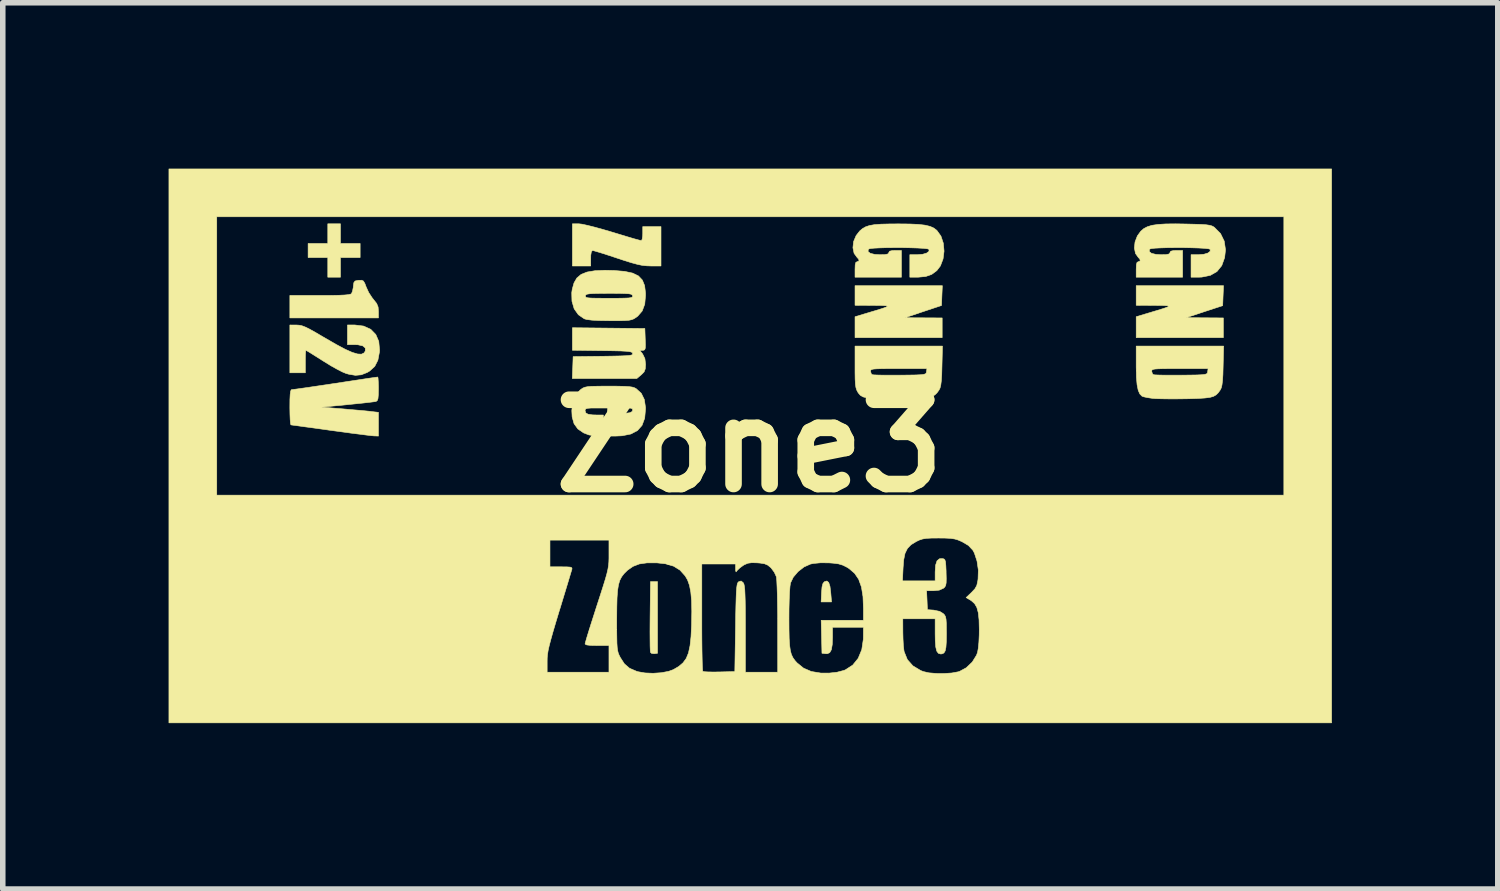
<source format=kicad_pcb>
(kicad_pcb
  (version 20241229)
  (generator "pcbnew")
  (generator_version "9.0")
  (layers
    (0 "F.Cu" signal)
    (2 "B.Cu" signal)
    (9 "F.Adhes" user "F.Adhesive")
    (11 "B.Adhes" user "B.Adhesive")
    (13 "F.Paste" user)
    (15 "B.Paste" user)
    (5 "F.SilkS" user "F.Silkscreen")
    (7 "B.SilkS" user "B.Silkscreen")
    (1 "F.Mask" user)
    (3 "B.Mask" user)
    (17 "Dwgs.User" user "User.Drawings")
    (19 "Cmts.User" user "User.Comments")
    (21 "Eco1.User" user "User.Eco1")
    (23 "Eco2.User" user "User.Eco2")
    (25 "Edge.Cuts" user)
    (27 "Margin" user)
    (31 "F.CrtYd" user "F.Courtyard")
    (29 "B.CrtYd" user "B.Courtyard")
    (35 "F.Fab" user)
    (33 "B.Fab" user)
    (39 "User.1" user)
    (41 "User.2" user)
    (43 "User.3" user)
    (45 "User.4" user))
  (footprint "Zone3"
    (layer "F.Cu")
    (at 10.506 5.014)
    (property "Reference" "Zone3" (at 0 0 0) (layer "F.SilkS") (effects (font (size 1.524 1.524) (thickness 0.3))))
    (attr through_hole)
    (fp_poly (pts (xy 1.431 2.47) (xy 1.454 2.54) (xy 1.468 2.655) (xy 1.482 2.822) (xy 1.294 2.822) (xy 1.302 2.653) (xy 1.31 2.551) (xy 1.326 2.49) (xy 1.352 2.457) (xy 1.353 2.457) (xy 1.398 2.443) (xy 1.431 2.47)) (stroke (width 0.01) (type solid)) (fill yes) (layer "F.SilkS"))
    (fp_poly (pts (xy -7.399 -3.661) (xy -7.043 -3.661) (xy -7.043 -3.407) (xy -7.399 -3.407) (xy -7.399 -3.051) (xy -7.628 -3.051) (xy -7.628 -3.407) (xy -7.984 -3.407) (xy -7.984 -3.661) (xy -7.628 -3.661) (xy -7.628 -4.017) (xy -7.399 -4.017) (xy -7.399 -3.661)) (stroke (width 0.01) (type solid)) (fill yes) (layer "F.SilkS"))
    (fp_poly (pts (xy -1.665 3.75) (xy -1.723 3.758) (xy -1.773 3.752) (xy -1.793 3.732) (xy -1.796 3.698) (xy -1.799 3.621) (xy -1.8 3.507) (xy -1.801 3.365) (xy -1.8 3.202) (xy -1.799 3.076) (xy -1.792 2.454) (xy -1.665 2.454) (xy -1.665 3.75)) (stroke (width 0.01) (type solid)) (fill yes) (layer "F.SilkS"))
    (fp_poly (pts (xy 8.563 -2.717) (xy 8.556 -2.536) (xy 8.225 -2.428) (xy 7.895 -2.319) (xy 8.568 -2.314) (xy 8.568 -1.958) (xy 6.992 -1.958) (xy 6.992 -2.336) (xy 7.214 -2.403) (xy 7.375 -2.451) (xy 7.488 -2.486) (xy 7.556 -2.51) (xy 7.579 -2.526) (xy 7.56 -2.534) (xy 7.5 -2.539) (xy 7.4 -2.54) (xy 7.316 -2.541) (xy 6.992 -2.543) (xy 6.992 -2.898) (xy 8.571 -2.898) (xy 8.563 -2.717)) (stroke (width 0.01) (type solid)) (fill yes) (layer "F.SilkS"))
    (fp_poly (pts (xy 3.478 -2.719) (xy 3.471 -2.539) (xy 3.14 -2.429) (xy 2.81 -2.318) (xy 3.146 -2.316) (xy 3.483 -2.314) (xy 3.483 -1.958) (xy 1.907 -1.958) (xy 1.907 -2.336) (xy 2.129 -2.403) (xy 2.29 -2.451) (xy 2.403 -2.486) (xy 2.47 -2.51) (xy 2.494 -2.526) (xy 2.475 -2.534) (xy 2.415 -2.539) (xy 2.315 -2.54) (xy 2.231 -2.541) (xy 1.907 -2.543) (xy 1.907 -2.898) (xy 3.486 -2.898) (xy 3.478 -2.719)) (stroke (width 0.01) (type solid)) (fill yes) (layer "F.SilkS"))
    (fp_poly (pts (xy -6.984 -2.982) (xy -6.959 -2.941) (xy -6.933 -2.872) (xy -6.888 -2.774) (xy -6.826 -2.679) (xy -6.8 -2.646) (xy -6.744 -2.575) (xy -6.718 -2.511) (xy -6.712 -2.431) (xy -6.712 -2.314) (xy -8.314 -2.314) (xy -8.314 -2.721) (xy -7.771 -2.721) (xy -7.576 -2.721) (xy -7.428 -2.724) (xy -7.321 -2.729) (xy -7.25 -2.736) (xy -7.211 -2.746) (xy -7.2 -2.753) (xy -7.181 -2.798) (xy -7.167 -2.868) (xy -7.166 -2.886) (xy -7.157 -2.952) (xy -7.135 -2.982) (xy -7.086 -2.993) (xy -7.068 -2.995) (xy -7.016 -2.996) (xy -6.984 -2.982)) (stroke (width 0.01) (type solid)) (fill yes) (layer "F.SilkS"))
    (fp_poly (pts (xy -3.031 -4.01) (xy -2.93 -3.988) (xy -2.798 -3.955) (xy -2.643 -3.912) (xy -2.483 -3.865) (xy -2.331 -3.819) (xy -2.196 -3.778) (xy -2.084 -3.745) (xy -2.003 -3.723) (xy -1.962 -3.713) (xy -1.959 -3.712) (xy -1.943 -3.735) (xy -1.934 -3.794) (xy -1.932 -3.839) (xy -1.932 -3.966) (xy -1.602 -3.966) (xy -1.602 -3.254) (xy -1.787 -3.254) (xy -1.865 -3.257) (xy -1.941 -3.265) (xy -2.027 -3.283) (xy -2.131 -3.311) (xy -2.266 -3.353) (xy -2.39 -3.394) (xy -2.529 -3.44) (xy -2.652 -3.48) (xy -2.751 -3.51) (xy -2.817 -3.529) (xy -2.84 -3.534) (xy -2.861 -3.514) (xy -2.872 -3.449) (xy -2.873 -3.394) (xy -2.873 -3.254) (xy -3.204 -3.254) (xy -3.204 -4.017) (xy -3.092 -4.017) (xy -3.031 -4.01)) (stroke (width 0.01) (type solid)) (fill yes) (layer "F.SilkS"))
    (fp_poly (pts (xy -2.549 -2.13) (xy -1.894 -2.123) (xy -1.887 -1.926) (xy -1.884 -1.827) (xy -1.886 -1.768) (xy -1.897 -1.739) (xy -1.917 -1.73) (xy -1.933 -1.729) (xy -1.987 -1.729) (xy -1.934 -1.662) (xy -1.893 -1.578) (xy -1.881 -1.474) (xy -1.887 -1.392) (xy -1.908 -1.338) (xy -1.956 -1.289) (xy -1.96 -1.286) (xy -2.038 -1.22) (xy -3.206 -1.22) (xy -3.198 -1.417) (xy -3.191 -1.615) (xy -2.649 -1.621) (xy -2.469 -1.624) (xy -2.334 -1.627) (xy -2.238 -1.631) (xy -2.174 -1.636) (xy -2.136 -1.643) (xy -2.118 -1.654) (xy -2.115 -1.667) (xy -2.115 -1.672) (xy -2.122 -1.687) (xy -2.141 -1.698) (xy -2.177 -1.706) (xy -2.238 -1.712) (xy -2.329 -1.717) (xy -2.457 -1.72) (xy -2.629 -1.723) (xy -2.664 -1.723) (xy -3.204 -1.73) (xy -3.204 -2.137) (xy -2.549 -2.13)) (stroke (width 0.01) (type solid)) (fill yes) (layer "F.SilkS"))
    (fp_poly (pts (xy -6.98 -2.167) (xy -6.852 -2.109) (xy -6.76 -2.015) (xy -6.706 -1.89) (xy -6.692 -1.734) (xy -6.694 -1.699) (xy -6.722 -1.55) (xy -6.779 -1.438) (xy -6.87 -1.355) (xy -6.915 -1.328) (xy -7.022 -1.286) (xy -7.127 -1.276) (xy -7.247 -1.296) (xy -7.3 -1.311) (xy -7.365 -1.338) (xy -7.46 -1.387) (xy -7.574 -1.451) (xy -7.694 -1.525) (xy -7.715 -1.538) (xy -7.824 -1.607) (xy -7.916 -1.665) (xy -7.984 -1.707) (xy -8.021 -1.727) (xy -8.024 -1.729) (xy -8.029 -1.706) (xy -8.033 -1.643) (xy -8.034 -1.554) (xy -8.034 -1.526) (xy -8.034 -1.322) (xy -8.314 -1.322) (xy -8.314 -2.187) (xy -8.193 -2.186) (xy -8.145 -2.183) (xy -8.096 -2.173) (xy -8.038 -2.151) (xy -7.963 -2.115) (xy -7.864 -2.06) (xy -7.733 -1.983) (xy -7.674 -1.949) (xy -7.475 -1.834) (xy -7.314 -1.748) (xy -7.186 -1.691) (xy -7.088 -1.662) (xy -7.018 -1.659) (xy -6.972 -1.682) (xy -6.95 -1.716) (xy -6.95 -1.771) (xy -6.995 -1.809) (xy -7.083 -1.829) (xy -7.135 -1.831) (xy -7.272 -1.831) (xy -7.272 -2.187) (xy -7.14 -2.187) (xy -6.98 -2.167)) (stroke (width 0.01) (type solid)) (fill yes) (layer "F.SilkS"))
    (fp_poly (pts (xy 8.564 -1.442) (xy 8.56 -1.289) (xy 8.553 -1.179) (xy 8.543 -1.101) (xy 8.53 -1.048) (xy 8.511 -1.01) (xy 8.511 -1.01) (xy 8.475 -0.96) (xy 8.437 -0.923) (xy 8.39 -0.896) (xy 8.324 -0.877) (xy 8.233 -0.866) (xy 8.109 -0.858) (xy 7.944 -0.853) (xy 7.89 -0.852) (xy 7.731 -0.85) (xy 7.577 -0.85) (xy 7.441 -0.852) (xy 7.335 -0.856) (xy 7.284 -0.86) (xy 7.197 -0.873) (xy 7.127 -0.888) (xy 7.097 -0.899) (xy 7.057 -0.94) (xy 7.028 -1.006) (xy 7.008 -1.105) (xy 6.996 -1.241) (xy 6.994 -1.35) (xy 7.272 -1.35) (xy 7.286 -1.303) (xy 7.303 -1.288) (xy 7.338 -1.284) (xy 7.415 -1.281) (xy 7.525 -1.279) (xy 7.66 -1.279) (xy 7.806 -1.279) (xy 7.971 -1.281) (xy 8.092 -1.283) (xy 8.176 -1.287) (xy 8.231 -1.293) (xy 8.262 -1.302) (xy 8.277 -1.315) (xy 8.283 -1.333) (xy 8.284 -1.341) (xy 8.292 -1.398) (xy 7.782 -1.398) (xy 7.609 -1.398) (xy 7.48 -1.397) (xy 7.389 -1.394) (xy 7.329 -1.39) (xy 7.294 -1.382) (xy 7.277 -1.371) (xy 7.272 -1.356) (xy 7.272 -1.35) (xy 6.994 -1.35) (xy 6.992 -1.421) (xy 6.992 -1.448) (xy 6.992 -1.805) (xy 8.573 -1.805) (xy 8.564 -1.442)) (stroke (width 0.01) (type solid)) (fill yes) (layer "F.SilkS"))
    (fp_poly (pts (xy 3.479 -1.442) (xy 3.475 -1.289) (xy 3.468 -1.179) (xy 3.458 -1.101) (xy 3.445 -1.048) (xy 3.426 -1.01) (xy 3.426 -1.01) (xy 3.39 -0.96) (xy 3.352 -0.923) (xy 3.305 -0.896) (xy 3.239 -0.878) (xy 3.148 -0.866) (xy 3.024 -0.858) (xy 2.859 -0.854) (xy 2.805 -0.853) (xy 2.649 -0.851) (xy 2.503 -0.85) (xy 2.377 -0.85) (xy 2.282 -0.852) (xy 2.237 -0.855) (xy 2.126 -0.868) (xy 2.053 -0.886) (xy 2.004 -0.914) (xy 1.966 -0.958) (xy 1.957 -0.973) (xy 1.937 -1.011) (xy 1.923 -1.057) (xy 1.914 -1.118) (xy 1.909 -1.205) (xy 1.907 -1.327) (xy 1.907 -1.35) (xy 2.187 -1.35) (xy 2.201 -1.303) (xy 2.218 -1.288) (xy 2.253 -1.284) (xy 2.33 -1.281) (xy 2.44 -1.279) (xy 2.575 -1.279) (xy 2.721 -1.279) (xy 2.886 -1.281) (xy 3.007 -1.283) (xy 3.091 -1.287) (xy 3.146 -1.293) (xy 3.177 -1.302) (xy 3.192 -1.315) (xy 3.198 -1.333) (xy 3.199 -1.341) (xy 3.207 -1.398) (xy 2.697 -1.398) (xy 2.524 -1.398) (xy 2.395 -1.397) (xy 2.304 -1.394) (xy 2.244 -1.39) (xy 2.209 -1.382) (xy 2.192 -1.371) (xy 2.187 -1.356) (xy 2.187 -1.35) (xy 1.907 -1.35) (xy 1.907 -1.43) (xy 1.907 -1.805) (xy 3.488 -1.805) (xy 3.479 -1.442)) (stroke (width 0.01) (type solid)) (fill yes) (layer "F.SilkS"))
    (fp_poly (pts (xy -6.719 -1.222) (xy -6.715 -1.16) (xy -6.712 -1.07) (xy -6.712 -1.031) (xy -6.714 -0.924) (xy -6.72 -0.858) (xy -6.732 -0.822) (xy -6.752 -0.806) (xy -6.757 -0.804) (xy -6.795 -0.798) (xy -6.876 -0.788) (xy -6.989 -0.775) (xy -7.126 -0.761) (xy -7.272 -0.746) (xy -7.742 -0.701) (xy -7.361 -0.67) (xy -7.214 -0.657) (xy -7.074 -0.645) (xy -6.953 -0.634) (xy -6.865 -0.625) (xy -6.846 -0.622) (xy -6.712 -0.607) (xy -6.712 -0.178) (xy -6.795 -0.181) (xy -6.841 -0.185) (xy -6.931 -0.196) (xy -7.056 -0.212) (xy -7.209 -0.231) (xy -7.382 -0.255) (xy -7.569 -0.28) (xy -7.577 -0.281) (xy -7.76 -0.307) (xy -7.926 -0.33) (xy -8.07 -0.349) (xy -8.183 -0.365) (xy -8.26 -0.375) (xy -8.294 -0.38) (xy -8.295 -0.38) (xy -8.302 -0.404) (xy -8.308 -0.47) (xy -8.312 -0.567) (xy -8.314 -0.686) (xy -8.314 -0.699) (xy -8.313 -0.839) (xy -8.308 -0.934) (xy -8.3 -0.99) (xy -8.288 -1.015) (xy -8.281 -1.017) (xy -8.249 -1.021) (xy -8.173 -1.031) (xy -8.059 -1.047) (xy -7.915 -1.068) (xy -7.746 -1.093) (xy -7.559 -1.121) (xy -7.492 -1.131) (xy -7.302 -1.16) (xy -7.129 -1.186) (xy -6.979 -1.209) (xy -6.858 -1.227) (xy -6.772 -1.239) (xy -6.728 -1.245) (xy -6.724 -1.246) (xy -6.719 -1.222)) (stroke (width 0.01) (type solid)) (fill yes) (layer "F.SilkS"))
    (fp_poly (pts (xy -2.449 -3.172) (xy -2.26 -3.156) (xy -2.115 -3.125) (xy -2.01 -3.074) (xy -1.939 -2.999) (xy -1.898 -2.898) (xy -1.882 -2.764) (xy -1.882 -2.721) (xy -1.896 -2.563) (xy -1.942 -2.44) (xy -2.022 -2.347) (xy -2.057 -2.321) (xy -2.094 -2.298) (xy -2.132 -2.283) (xy -2.182 -2.272) (xy -2.253 -2.267) (xy -2.353 -2.264) (xy -2.494 -2.264) (xy -2.527 -2.264) (xy -2.713 -2.267) (xy -2.852 -2.274) (xy -2.946 -2.286) (xy -2.99 -2.299) (xy -3.096 -2.372) (xy -3.172 -2.479) (xy -3.212 -2.615) (xy -3.215 -2.714) (xy -2.97 -2.714) (xy -2.97 -2.698) (xy -2.956 -2.686) (xy -2.924 -2.678) (xy -2.865 -2.673) (xy -2.773 -2.671) (xy -2.641 -2.67) (xy -2.543 -2.67) (xy -2.384 -2.67) (xy -2.269 -2.672) (xy -2.192 -2.675) (xy -2.145 -2.681) (xy -2.121 -2.691) (xy -2.114 -2.704) (xy -2.115 -2.714) (xy -2.123 -2.731) (xy -2.142 -2.743) (xy -2.181 -2.751) (xy -2.247 -2.755) (xy -2.347 -2.758) (xy -2.489 -2.759) (xy -2.543 -2.759) (xy -2.698 -2.758) (xy -2.81 -2.756) (xy -2.886 -2.752) (xy -2.933 -2.745) (xy -2.958 -2.735) (xy -2.969 -2.72) (xy -2.97 -2.714) (xy -3.215 -2.714) (xy -3.216 -2.772) (xy -3.207 -2.834) (xy -3.175 -2.948) (xy -3.124 -3.036) (xy -3.047 -3.101) (xy -2.94 -3.144) (xy -2.797 -3.168) (xy -2.615 -3.176) (xy -2.449 -3.172)) (stroke (width 0.01) (type solid)) (fill yes) (layer "F.SilkS"))
    (fp_poly (pts (xy -2.385 -1.08) (xy -2.266 -1.077) (xy -2.181 -1.072) (xy -2.123 -1.064) (xy -2.081 -1.051) (xy -2.051 -1.035) (xy -1.958 -0.95) (xy -1.903 -0.838) (xy -1.882 -0.693) (xy -1.882 -0.667) (xy -1.897 -0.501) (xy -1.945 -0.371) (xy -2.028 -0.277) (xy -2.147 -0.215) (xy -2.306 -0.183) (xy -2.422 -0.178) (xy -2.568 -0.178) (xy -2.568 -0.634) (xy -2.365 -0.634) (xy -2.359 -0.603) (xy -2.333 -0.589) (xy -2.274 -0.588) (xy -2.244 -0.59) (xy -2.165 -0.6) (xy -2.125 -0.621) (xy -2.115 -0.642) (xy -2.118 -0.669) (xy -2.146 -0.682) (xy -2.21 -0.686) (xy -2.236 -0.686) (xy -2.312 -0.684) (xy -2.351 -0.673) (xy -2.364 -0.649) (xy -2.365 -0.634) (xy -2.568 -0.634) (xy -2.568 -0.686) (xy -2.771 -0.686) (xy -2.873 -0.685) (xy -2.934 -0.68) (xy -2.964 -0.669) (xy -2.974 -0.649) (xy -2.975 -0.638) (xy -2.963 -0.597) (xy -2.921 -0.573) (xy -2.842 -0.561) (xy -2.769 -0.559) (xy -2.644 -0.559) (xy -2.644 -0.178) (xy -2.766 -0.178) (xy -2.905 -0.198) (xy -3.001 -0.235) (xy -3.106 -0.307) (xy -3.174 -0.401) (xy -3.209 -0.523) (xy -3.215 -0.637) (xy -3.199 -0.791) (xy -3.151 -0.912) (xy -3.067 -1.008) (xy -3.043 -1.027) (xy -3.013 -1.047) (xy -2.978 -1.061) (xy -2.93 -1.071) (xy -2.861 -1.077) (xy -2.763 -1.079) (xy -2.625 -1.081) (xy -2.546 -1.081) (xy -2.385 -1.08)) (stroke (width 0.01) (type solid)) (fill yes) (layer "F.SilkS"))
    (fp_poly (pts (xy 7.885 -4.013) (xy 8.049 -4.009) (xy 8.171 -4.005) (xy 8.258 -3.999) (xy 8.319 -3.99) (xy 8.361 -3.978) (xy 8.392 -3.962) (xy 8.406 -3.952) (xy 8.517 -3.84) (xy 8.584 -3.703) (xy 8.607 -3.546) (xy 8.591 -3.405) (xy 8.539 -3.26) (xy 8.452 -3.153) (xy 8.332 -3.084) (xy 8.178 -3.053) (xy 8.124 -3.051) (xy 7.984 -3.051) (xy 7.984 -3.458) (xy 8.119 -3.458) (xy 8.216 -3.466) (xy 8.289 -3.488) (xy 8.33 -3.52) (xy 8.329 -3.556) (xy 8.299 -3.565) (xy 8.227 -3.573) (xy 8.122 -3.579) (xy 7.995 -3.583) (xy 7.854 -3.586) (xy 7.708 -3.586) (xy 7.567 -3.585) (xy 7.439 -3.581) (xy 7.335 -3.576) (xy 7.263 -3.568) (xy 7.233 -3.558) (xy 7.228 -3.515) (xy 7.268 -3.483) (xy 7.35 -3.463) (xy 7.44 -3.458) (xy 7.532 -3.46) (xy 7.582 -3.47) (xy 7.601 -3.488) (xy 7.602 -3.496) (xy 7.617 -3.521) (xy 7.668 -3.533) (xy 7.717 -3.534) (xy 7.831 -3.534) (xy 7.831 -3.051) (xy 6.992 -3.051) (xy 6.992 -3.191) (xy 6.995 -3.275) (xy 7.007 -3.319) (xy 7.03 -3.331) (xy 7.064 -3.344) (xy 7.058 -3.378) (xy 7.031 -3.407) (xy 6.979 -3.48) (xy 6.959 -3.579) (xy 6.971 -3.689) (xy 7.013 -3.798) (xy 7.075 -3.883) (xy 7.128 -3.929) (xy 7.193 -3.963) (xy 7.276 -3.989) (xy 7.385 -4.005) (xy 7.526 -4.014) (xy 7.705 -4.016) (xy 7.885 -4.013)) (stroke (width 0.01) (type solid)) (fill yes) (layer "F.SilkS"))
    (fp_poly (pts (xy 2.895 -4.013) (xy 3.052 -4.006) (xy 3.173 -3.992) (xy 3.264 -3.97) (xy 3.333 -3.939) (xy 3.387 -3.897) (xy 3.387 -3.897) (xy 3.461 -3.794) (xy 3.504 -3.665) (xy 3.517 -3.522) (xy 3.499 -3.381) (xy 3.451 -3.255) (xy 3.387 -3.171) (xy 3.294 -3.102) (xy 3.186 -3.064) (xy 3.048 -3.051) (xy 3.037 -3.051) (xy 2.898 -3.051) (xy 2.898 -3.458) (xy 3.033 -3.458) (xy 3.131 -3.466) (xy 3.204 -3.488) (xy 3.245 -3.52) (xy 3.244 -3.556) (xy 3.214 -3.565) (xy 3.142 -3.573) (xy 3.037 -3.579) (xy 2.91 -3.583) (xy 2.769 -3.586) (xy 2.623 -3.586) (xy 2.482 -3.585) (xy 2.354 -3.581) (xy 2.25 -3.576) (xy 2.178 -3.568) (xy 2.148 -3.558) (xy 2.142 -3.515) (xy 2.183 -3.483) (xy 2.264 -3.463) (xy 2.355 -3.458) (xy 2.447 -3.46) (xy 2.497 -3.47) (xy 2.516 -3.488) (xy 2.517 -3.496) (xy 2.532 -3.521) (xy 2.583 -3.533) (xy 2.632 -3.534) (xy 2.746 -3.534) (xy 2.746 -3.051) (xy 1.907 -3.051) (xy 1.907 -3.191) (xy 1.91 -3.275) (xy 1.922 -3.319) (xy 1.945 -3.331) (xy 1.979 -3.344) (xy 1.973 -3.378) (xy 1.946 -3.406) (xy 1.89 -3.483) (xy 1.869 -3.584) (xy 1.881 -3.695) (xy 1.927 -3.804) (xy 1.993 -3.888) (xy 2.043 -3.93) (xy 2.099 -3.962) (xy 2.168 -3.985) (xy 2.258 -4.001) (xy 2.377 -4.01) (xy 2.533 -4.014) (xy 2.695 -4.015) (xy 2.895 -4.013)) (stroke (width 0.01) (type solid)) (fill yes) (layer "F.SilkS"))
    (fp_poly (pts (xy 10.526 5.009) (xy -10.501 5.009) (xy -10.501 3.899) (xy -3.661 3.899) (xy -3.661 4.093) (xy -2.543 4.093) (xy -2.543 3.61) (xy -2.759 3.61) (xy -2.874 3.608) (xy -2.944 3.6) (xy -2.973 3.585) (xy -2.975 3.579) (xy -2.967 3.547) (xy -2.946 3.474) (xy -2.913 3.366) (xy -2.87 3.228) (xy -2.842 3.141) (xy -2.403 3.141) (xy -2.403 3.324) (xy -2.401 3.464) (xy -2.399 3.568) (xy -2.394 3.645) (xy -2.386 3.702) (xy -2.375 3.746) (xy -2.359 3.785) (xy -2.339 3.825) (xy -2.264 3.941) (xy -2.171 4.021) (xy -2.046 4.075) (xy -2.017 4.084) (xy -1.891 4.106) (xy -1.745 4.112) (xy -1.596 4.102) (xy -1.464 4.077) (xy -1.379 4.046) (xy -1.28 3.988) (xy -1.204 3.923) (xy -1.146 3.844) (xy -1.105 3.744) (xy -1.077 3.614) (xy -1.059 3.449) (xy -1.049 3.24) (xy -1.049 3.231) (xy -1.045 2.994) (xy -1.049 2.801) (xy -1.063 2.646) (xy -1.087 2.522) (xy -1.122 2.424) (xy -1.164 2.352) (xy -1.258 2.247) (xy -1.374 2.175) (xy -1.508 2.136) (xy -0.864 2.136) (xy -0.864 3.098) (xy -0.864 3.314) (xy -0.863 3.514) (xy -0.861 3.693) (xy -0.858 3.844) (xy -0.855 3.962) (xy -0.851 4.041) (xy -0.847 4.076) (xy -0.847 4.077) (xy -0.816 4.084) (xy -0.745 4.088) (xy -0.645 4.089) (xy -0.548 4.088) (xy -0.267 4.081) (xy -0.254 3.283) (xy -0.251 3.059) (xy -0.247 2.881) (xy -0.243 2.743) (xy -0.239 2.64) (xy -0.233 2.566) (xy -0.226 2.516) (xy -0.218 2.484) (xy -0.207 2.466) (xy -0.196 2.456) (xy -0.153 2.443) (xy -0.117 2.472) (xy -0.113 2.477) (xy -0.102 2.5) (xy -0.094 2.539) (xy -0.087 2.599) (xy -0.083 2.687) (xy -0.079 2.806) (xy -0.077 2.963) (xy -0.076 3.162) (xy -0.076 3.31) (xy -0.076 4.093) (xy 0.509 4.093) (xy 0.508 3.274) (xy 0.508 3.122) (xy 0.712 3.122) (xy 0.713 3.324) (xy 0.716 3.482) (xy 0.724 3.605) (xy 0.737 3.699) (xy 0.756 3.771) (xy 0.784 3.83) (xy 0.821 3.882) (xy 0.859 3.924) (xy 0.976 4.019) (xy 1.117 4.08) (xy 1.287 4.108) (xy 1.437 4.109) (xy 1.581 4.093) (xy 1.707 4.06) (xy 1.732 4.05) (xy 1.865 3.964) (xy 1.964 3.842) (xy 2.029 3.685) (xy 2.057 3.497) (xy 2.058 3.452) (xy 2.059 3.28) (xy 1.5 3.28) (xy 1.5 3.456) (xy 1.495 3.593) (xy 1.479 3.686) (xy 1.449 3.739) (xy 1.404 3.759) (xy 1.379 3.758) (xy 1.309 3.75) (xy 1.302 3.452) (xy 1.295 3.153) (xy 2.059 3.153) (xy 2.059 2.94) (xy 2.051 2.725) (xy 2.023 2.552) (xy 1.983 2.441) (xy 2.765 2.441) (xy 3.356 2.441) (xy 3.356 2.28) (xy 3.364 2.157) (xy 3.39 2.078) (xy 3.435 2.041) (xy 3.485 2.038) (xy 3.514 2.044) (xy 3.532 2.061) (xy 3.543 2.096) (xy 3.549 2.161) (xy 3.554 2.265) (xy 3.554 2.288) (xy 3.557 2.402) (xy 3.555 2.477) (xy 3.546 2.524) (xy 3.529 2.554) (xy 3.507 2.574) (xy 3.429 2.609) (xy 3.327 2.619) (xy 3.201 2.619) (xy 3.209 2.79) (xy 3.216 2.962) (xy 3.331 2.97) (xy 3.438 2.993) (xy 3.502 3.032) (xy 3.527 3.058) (xy 3.543 3.089) (xy 3.553 3.136) (xy 3.558 3.208) (xy 3.559 3.315) (xy 3.56 3.394) (xy 3.558 3.539) (xy 3.551 3.642) (xy 3.537 3.708) (xy 3.514 3.745) (xy 3.48 3.761) (xy 3.454 3.763) (xy 3.414 3.751) (xy 3.385 3.711) (xy 3.367 3.637) (xy 3.358 3.523) (xy 3.356 3.396) (xy 3.356 3.127) (xy 2.771 3.127) (xy 2.772 3.375) (xy 2.775 3.495) (xy 2.781 3.608) (xy 2.791 3.696) (xy 2.796 3.723) (xy 2.853 3.864) (xy 2.953 3.977) (xy 3.094 4.062) (xy 3.142 4.081) (xy 3.242 4.104) (xy 3.373 4.115) (xy 3.517 4.116) (xy 3.656 4.107) (xy 3.77 4.086) (xy 3.795 4.079) (xy 3.919 4.012) (xy 4.027 3.909) (xy 4.104 3.785) (xy 4.123 3.733) (xy 4.136 3.66) (xy 4.147 3.551) (xy 4.153 3.42) (xy 4.154 3.318) (xy 4.15 3.147) (xy 4.136 3.017) (xy 4.11 2.922) (xy 4.07 2.853) (xy 4.012 2.801) (xy 3.992 2.788) (xy 3.916 2.743) (xy 4.015 2.649) (xy 4.075 2.585) (xy 4.109 2.524) (xy 4.127 2.442) (xy 4.132 2.407) (xy 4.137 2.245) (xy 4.113 2.082) (xy 4.066 1.939) (xy 4.039 1.888) (xy 3.958 1.801) (xy 3.841 1.732) (xy 3.771 1.702) (xy 3.706 1.683) (xy 3.631 1.672) (xy 3.533 1.667) (xy 3.419 1.666) (xy 3.29 1.667) (xy 3.199 1.672) (xy 3.131 1.683) (xy 3.072 1.702) (xy 3.013 1.73) (xy 2.919 1.788) (xy 2.854 1.856) (xy 2.811 1.944) (xy 2.787 2.062) (xy 2.776 2.205) (xy 2.765 2.441) (xy 1.983 2.441) (xy 1.974 2.414) (xy 1.9 2.305) (xy 1.8 2.219) (xy 1.764 2.196) (xy 1.689 2.158) (xy 1.611 2.134) (xy 1.514 2.121) (xy 1.432 2.115) (xy 1.282 2.114) (xy 1.155 2.126) (xy 1.101 2.137) (xy 0.985 2.189) (xy 0.877 2.273) (xy 0.79 2.375) (xy 0.74 2.479) (xy 0.731 2.539) (xy 0.723 2.641) (xy 0.717 2.778) (xy 0.713 2.942) (xy 0.712 3.122) (xy 0.508 3.122) (xy 0.508 3.063) (xy 0.505 2.868) (xy 0.502 2.695) (xy 0.497 2.552) (xy 0.492 2.443) (xy 0.486 2.377) (xy 0.483 2.363) (xy 0.447 2.285) (xy 0.391 2.209) (xy 0.381 2.199) (xy 0.328 2.156) (xy 0.271 2.132) (xy 0.19 2.119) (xy 0.141 2.115) (xy 0.04 2.112) (xy -0.031 2.122) (xy -0.092 2.148) (xy -0.113 2.16) (xy -0.176 2.206) (xy -0.222 2.25) (xy -0.228 2.258) (xy -0.245 2.278) (xy -0.252 2.256) (xy -0.253 2.218) (xy -0.254 2.136) (xy -0.864 2.136) (xy -1.508 2.136) (xy -1.521 2.132) (xy -1.678 2.115) (xy -1.854 2.115) (xy -1.994 2.135) (xy -2.108 2.179) (xy -2.207 2.248) (xy -2.212 2.253) (xy -2.269 2.309) (xy -2.313 2.366) (xy -2.347 2.431) (xy -2.371 2.512) (xy -2.387 2.614) (xy -2.397 2.747) (xy -2.401 2.915) (xy -2.403 3.127) (xy -2.403 3.141) (xy -2.842 3.141) (xy -2.819 3.069) (xy -2.763 2.894) (xy -2.759 2.882) (xy -2.695 2.685) (xy -2.645 2.528) (xy -2.607 2.405) (xy -2.58 2.308) (xy -2.562 2.23) (xy -2.551 2.163) (xy -2.545 2.099) (xy -2.543 2.032) (xy -2.543 1.96) (xy -2.543 1.704) (xy -3.61 1.704) (xy -3.61 2.187) (xy -3.405 2.187) (xy -3.304 2.188) (xy -3.244 2.192) (xy -3.216 2.203) (xy -3.211 2.221) (xy -3.213 2.231) (xy -3.224 2.266) (xy -3.247 2.343) (xy -3.281 2.456) (xy -3.324 2.598) (xy -3.374 2.762) (xy -3.429 2.943) (xy -3.444 2.99) (xy -3.508 3.202) (xy -3.558 3.372) (xy -3.596 3.508) (xy -3.624 3.615) (xy -3.643 3.7) (xy -3.654 3.771) (xy -3.66 3.834) (xy -3.661 3.896) (xy -3.661 3.899) (xy -10.501 3.899) (xy -10.501 -4.144) (xy -9.636 -4.144) (xy -9.636 0.89) (xy 9.662 0.89) (xy 9.662 -4.144) (xy -9.636 -4.144) (xy -10.501 -4.144) (xy -10.501 -5.009) (xy 10.526 -5.009) (xy 10.526 5.009)) (stroke (width 0.01) (type solid)) (fill yes) (layer "F.SilkS")))
  (gr_rect
    (start -3 -3)
    (end 24.037 13.028)
    (stroke (width 0.1) (type default))
    (fill no)
    (layer "Edge.Cuts")))
</source>
